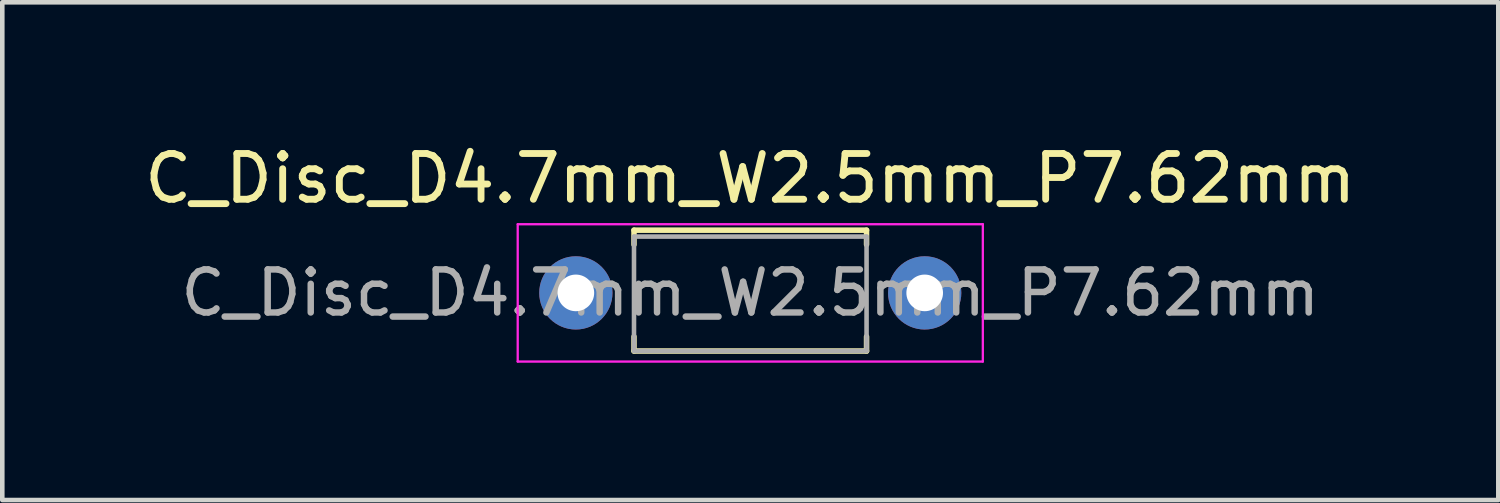
<source format=kicad_pcb>
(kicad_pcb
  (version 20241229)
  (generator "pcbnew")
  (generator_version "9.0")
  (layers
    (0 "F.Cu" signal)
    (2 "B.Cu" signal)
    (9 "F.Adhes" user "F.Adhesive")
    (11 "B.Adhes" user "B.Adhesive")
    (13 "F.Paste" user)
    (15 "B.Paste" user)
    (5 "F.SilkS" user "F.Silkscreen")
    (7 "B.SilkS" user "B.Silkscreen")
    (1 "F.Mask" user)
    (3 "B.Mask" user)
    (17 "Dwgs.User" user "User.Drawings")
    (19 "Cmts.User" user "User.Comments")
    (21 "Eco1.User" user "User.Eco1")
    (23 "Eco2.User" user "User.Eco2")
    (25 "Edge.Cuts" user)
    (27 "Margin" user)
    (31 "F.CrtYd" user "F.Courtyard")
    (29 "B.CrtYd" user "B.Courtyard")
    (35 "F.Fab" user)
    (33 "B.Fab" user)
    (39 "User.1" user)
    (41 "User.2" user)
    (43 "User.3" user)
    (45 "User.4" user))
  (footprint "C_Disc_D4.7mm_W2.5mm_P7.62mm"
    (layer "F.Cu")
    (at 13.339 3.348)
    (property "Reference" "C_Disc_D4.7mm_W2.5mm_P7.62mm" (at 0 -2.5 0) (layer "F.SilkS") (effects (font (size 1 1) (thickness 0.15))))
    (attr through_hole)
    (fp_line (start -2.54 -1.37) (end -2.54 -1.055) (stroke (width 0.12) (type solid)) (layer "F.SilkS"))
    (fp_line (start -2.54 -1.37) (end 2.54 -1.37) (stroke (width 0.12) (type solid)) (layer "F.SilkS"))
    (fp_line (start -2.54 1.27) (end -2.54 0.955) (stroke (width 0.12) (type solid)) (layer "F.SilkS"))
    (fp_line (start 2.54 -1.37) (end 2.54 -1.055) (stroke (width 0.12) (type solid)) (layer "F.SilkS"))
    (fp_line (start 2.54 1.27) (end -2.54 1.27) (stroke (width 0.12) (type solid)) (layer "F.SilkS"))
    (fp_line (start 2.54 1.27) (end 2.54 0.955) (stroke (width 0.12) (type solid)) (layer "F.SilkS"))
    (fp_line (start -5.08 -1.5) (end -5.08 1.5) (stroke (width 0.05) (type solid)) (layer "F.CrtYd"))
    (fp_line (start -5.08 1.5) (end 5.08 1.5) (stroke (width 0.05) (type solid)) (layer "F.CrtYd"))
    (fp_line (start 5.08 -1.5) (end -5.08 -1.5) (stroke (width 0.05) (type solid)) (layer "F.CrtYd"))
    (fp_line (start 5.08 1.5) (end 5.08 -1.5) (stroke (width 0.05) (type solid)) (layer "F.CrtYd"))
    (fp_line (start -2.54 -1.23) (end -2.54 1.27) (stroke (width 0.1) (type solid)) (layer "F.Fab"))
    (fp_line (start -2.54 1.27) (end 2.54 1.27) (stroke (width 0.1) (type solid)) (layer "F.Fab"))
    (fp_line (start 2.54 -1.23) (end -2.54 -1.23) (stroke (width 0.1) (type solid)) (layer "F.Fab"))
    (fp_line (start 2.54 1.27) (end 2.54 -1.23) (stroke (width 0.1) (type solid)) (layer "F.Fab"))
    (fp_text user "${REFERENCE}" (at 0 0 0) (layer "F.Fab") (effects (font (size 0.94 0.94) (thickness 0.141))))
    (pad "1" thru_hole circle (at -3.81 0) (size 1.6 1.6) (drill 0.8) (layers "*.Cu" "*.Mask"))
    (pad "2" thru_hole circle (at 3.81 0) (size 1.6 1.6) (drill 0.8) (layers "*.Cu" "*.Mask")))
  (gr_rect
    (start -3 -3)
    (end 29.679 7.873)
    (stroke (width 0.1) (type default))
    (fill no)
    (layer "Edge.Cuts")))
</source>
